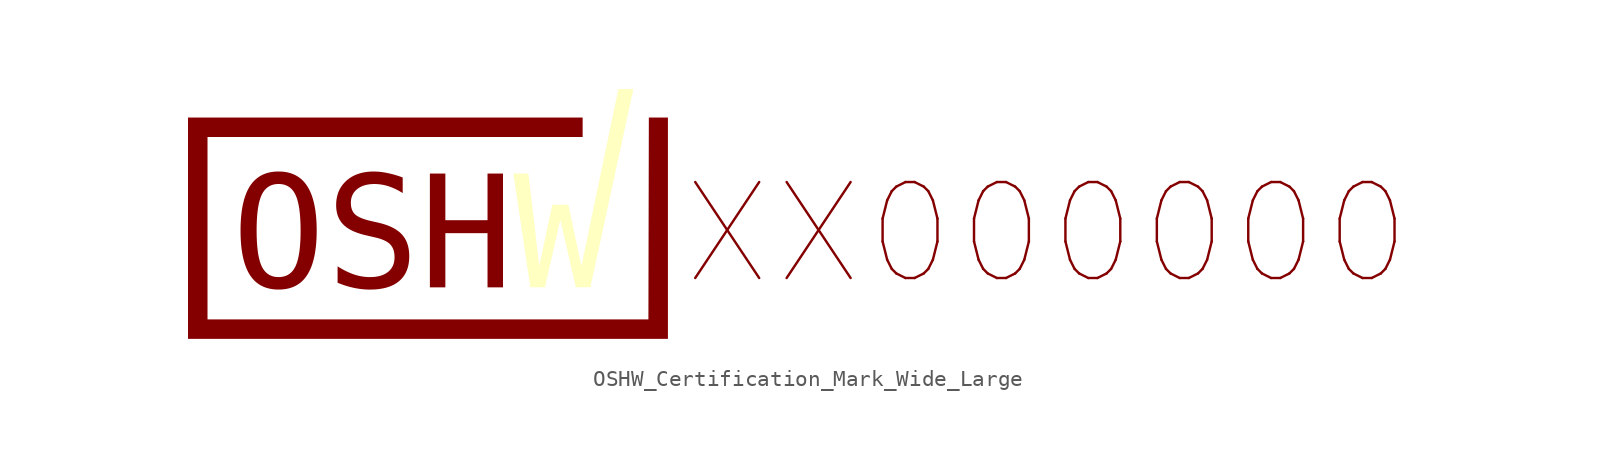
<source format=kicad_sym>
(kicad_symbol_lib
  (version 20220914)
  (generator kicad_symbol_editor)
  (symbol "OSHW_Certification_Mark_Wide_Large"
    (property "Reference" "LOGO"
      (at 0 0 0)
      (effects (font (size 1.27 1.27)) hide))
    (symbol "OSHW_Certification_Mark_Wide_Large_0_1"
      (polyline (pts (xy -6.956 -1.072) (xy -6.956 -1.072) (xy -6.956 -1.072)) (stroke (width -0.0001) (type default)) (fill (type background)))
      (polyline (pts (xy -1.579 2.248) (xy -1.579 2.248) (xy -1.579 2.248)) (stroke (width -0.0001) (type default)) (fill (type background)))
      (polyline (pts (xy 10.152 -4.622) (xy 9.242 -4.622) (xy 8.274 -0.396) (xy 7.312 -4.622) (xy 6.402 -4.622) (xy 5.339 2.492) (xy 6.278 2.492) (xy 6.959 -3.283) (xy 7.769 0.538) (xy 8.775 0.538) (xy 9.594 -3.293) (xy 11.902 7.778) (xy 12.841 7.778)) (stroke (width -0.0001) (type default)) (fill (type background))))
    (symbol "OSHW_Certification_Mark_Wide_Large_1_1"
      (polyline (pts (xy 15 -7.843) (xy -15 -7.843) (xy -15 5.995) (xy -15 5.995) (xy 9.669 5.995) (xy 9.669 4.775) (xy -13.78 4.775) (xy -13.78 -6.623) (xy 13.78 -6.623) (xy 13.807 5.995) (xy 15 5.995)) (stroke (width -0.0001) (type default)) (fill (type outline)))
      (polyline (pts (xy 1.087 -0.424) (xy 3.723 -0.424) (xy 3.723 2.492) (xy 4.69 2.492) (xy 4.69 -4.622) (xy 3.723 -4.622) (xy 3.723 -1.234) (xy 1.087 -1.234) (xy 1.087 -4.622) (xy 0.12 -4.622) (xy 0.12 2.492) (xy 1.087 2.492)) (stroke (width -0.0001) (type default)) (fill (type outline)))
      (polyline (pts (xy -9.19 2.617) (xy -9.047 2.607) (xy -8.908 2.589) (xy -8.774 2.564) (xy -8.645 2.531) (xy -8.521 2.492) (xy -8.402 2.446) (xy -8.288 2.392) (xy -8.178 2.331) (xy -8.073 2.263) (xy -7.973 2.188) (xy -7.878 2.106) (xy -7.788 2.017) (xy -7.703 1.92) (xy -7.622 1.817) (xy -7.547 1.706) (xy -7.475 1.588) (xy -7.408 1.462) (xy -7.346 1.329) (xy -7.288 1.189) (xy -7.235 1.042) (xy -7.187 0.886) (xy -7.143 0.724) (xy -7.104 0.554) (xy -7.069 0.377) (xy -7.039 0.192) (xy -7.014 -0.0003) (xy -6.993 -0.2) (xy -6.977 -0.407) (xy -6.965 -0.621) (xy -6.958 -0.843) (xy -6.956 -1.072) (xy -6.958 -1.301) (xy -6.965 -1.522) (xy -6.977 -1.736) (xy -6.993 -1.942) (xy -7.014 -2.141) (xy -7.039 -2.333) (xy -7.069 -2.518) (xy -7.104 -2.695) (xy -7.143 -2.864) (xy -7.187 -3.026) (xy -7.235 -3.181) (xy -7.288 -3.329) (xy -7.346 -3.469) (xy -7.408 -3.602) (xy -7.475 -3.727) (xy -7.547 -3.845) (xy -7.584 -3.902) (xy -7.622 -3.956) (xy -7.662 -4.009) (xy -7.703 -4.06) (xy -7.745 -4.109) (xy -7.788 -4.156) (xy -7.833 -4.202) (xy -7.878 -4.246) (xy -7.925 -4.288) (xy -7.973 -4.328) (xy -8.023 -4.366) (xy -8.073 -4.403) (xy -8.125 -4.438) (xy -8.178 -4.471) (xy -8.232 -4.502) (xy -8.288 -4.532) (xy -8.344 -4.559) (xy -8.402 -4.585) (xy -8.461 -4.609) (xy -8.521 -4.632) (xy -8.583 -4.652) (xy -8.645 -4.671) (xy -8.709 -4.688) (xy -8.774 -4.703) (xy -8.841 -4.716) (xy -8.908 -4.728) (xy -9.047 -4.746) (xy -9.19 -4.757) (xy -9.338 -4.76) (xy -9.487 -4.757) (xy -9.63 -4.746) (xy -9.769 -4.728) (xy -9.902 -4.703) (xy -10.031 -4.671) (xy -10.155 -4.632) (xy -10.275 -4.586) (xy -10.389 -4.533) (xy -10.499 -4.472) (xy -10.603 -4.405) (xy -10.703 -4.33) (xy -10.798 -4.248) (xy -10.889 -4.159) (xy -10.974 -4.063) (xy -11.054 -3.96) (xy -11.13 -3.85) (xy -11.201 -3.733) (xy -11.267 -3.608) (xy -11.329 -3.475) (xy -11.386 -3.335) (xy -11.439 -3.188) (xy -11.487 -3.033) (xy -11.531 -2.87) (xy -11.57 -2.7) (xy -11.604 -2.523) (xy -11.634 -2.338) (xy -11.659 -2.146) (xy -11.68 -1.946) (xy -11.695 -1.739) (xy -11.707 -1.524) (xy -11.714 -1.302) (xy -11.716 -1.072) (xy -10.711 -1.072) (xy -10.706 -1.449) (xy -10.691 -1.798) (xy -10.666 -2.119) (xy -10.631 -2.412) (xy -10.61 -2.549) (xy -10.586 -2.678) (xy -10.56 -2.8) (xy -10.531 -2.915) (xy -10.5 -3.024) (xy -10.466 -3.125) (xy -10.43 -3.219) (xy -10.392 -3.307) (xy -10.349 -3.388) (xy -10.327 -3.427) (xy -10.304 -3.464) (xy -10.28 -3.5) (xy -10.256 -3.535) (xy -10.23 -3.569) (xy -10.204 -3.601) (xy -10.177 -3.632) (xy -10.149 -3.661) (xy -10.121 -3.689) (xy -10.091 -3.716) (xy -10.061 -3.742) (xy -10.03 -3.766) (xy -9.999 -3.789) (xy -9.966 -3.811) (xy -9.933 -3.831) (xy -9.899 -3.85) (xy -9.864 -3.868) (xy -9.828 -3.884) (xy -9.792 -3.899) (xy -9.755 -3.913) (xy -9.716 -3.926) (xy -9.678 -3.937) (xy -9.638 -3.947) (xy -9.598 -3.955) (xy -9.556 -3.962) (xy -9.514 -3.968) (xy -9.472 -3.973) (xy -9.428 -3.976) (xy -9.338 -3.979) (xy -9.248 -3.976) (xy -9.161 -3.968) (xy -9.078 -3.955) (xy -8.997 -3.937) (xy -8.92 -3.914) (xy -8.846 -3.885) (xy -8.776 -3.851) (xy -8.708 -3.812) (xy -8.644 -3.768) (xy -8.583 -3.718) (xy -8.525 -3.663) (xy -8.471 -3.603) (xy -8.42 -3.538) (xy -8.372 -3.468) (xy -8.327 -3.392) (xy -8.285 -3.312) (xy -8.246 -3.224) (xy -8.209 -3.13) (xy -8.175 -3.028) (xy -8.144 -2.92) (xy -8.114 -2.804) (xy -8.088 -2.682) (xy -8.064 -2.552) (xy -8.042 -2.416) (xy -8.023 -2.272) (xy -8.007 -2.122) (xy -7.993 -1.964) (xy -7.982 -1.8) (xy -7.973 -1.628) (xy -7.966 -1.45) (xy -7.963 -1.264) (xy -7.961 -1.072) (xy -7.966 -0.694) (xy -7.982 -0.344) (xy -8.007 -0.022) (xy -8.042 0.272) (xy -8.064 0.408) (xy -8.088 0.538) (xy -8.114 0.66) (xy -8.144 0.776) (xy -8.175 0.884) (xy -8.209 0.986) (xy -8.246 1.08) (xy -8.285 1.167) (xy -8.327 1.249) (xy -8.349 1.288) (xy -8.372 1.325) (xy -8.395 1.361) (xy -8.42 1.396) (xy -8.445 1.429) (xy -8.471 1.462) (xy -8.498 1.492) (xy -8.525 1.522) (xy -8.554 1.55) (xy -8.583 1.577) (xy -8.613 1.603) (xy -8.644 1.627) (xy -8.676 1.65) (xy -8.708 1.671) (xy -8.742 1.692) (xy -8.776 1.711) (xy -8.811 1.728) (xy -8.846 1.745) (xy -8.883 1.76) (xy -8.92 1.774) (xy -8.958 1.786) (xy -8.997 1.797) (xy -9.037 1.807) (xy -9.078 1.816) (xy -9.119 1.823) (xy -9.161 1.829) (xy -9.204 1.833) (xy -9.248 1.837) (xy -9.338 1.839) (xy -9.428 1.837) (xy -9.514 1.829) (xy -9.598 1.816) (xy -9.678 1.797) (xy -9.755 1.774) (xy -9.828 1.745) (xy -9.899 1.711) (xy -9.966 1.671) (xy -10.03 1.627) (xy -10.091 1.577) (xy -10.149 1.522) (xy -10.204 1.462) (xy -10.256 1.396) (xy -10.304 1.325) (xy -10.349 1.249) (xy -10.392 1.167) (xy -10.43 1.08) (xy -10.466 0.986) (xy -10.5 0.884) (xy -10.531 0.776) (xy -10.56 0.66) (xy -10.586 0.538) (xy -10.61 0.408) (xy -10.631 0.272) (xy -10.65 0.128) (xy -10.666 -0.022) (xy -10.68 -0.18) (xy -10.691 -0.344) (xy -10.7 -0.516) (xy -10.706 -0.694) (xy -10.71 -0.88) (xy -10.711 -1.072) (xy -11.716 -1.072) (xy -11.716 -1.072) (xy -11.714 -0.843) (xy -11.707 -0.621) (xy -11.695 -0.407) (xy -11.68 -0.2) (xy -11.659 -0.0003) (xy -11.634 0.192) (xy -11.604 0.377) (xy -11.57 0.554) (xy -11.531 0.724) (xy -11.487 0.886) (xy -11.439 1.042) (xy -11.386 1.189) (xy -11.329 1.329) (xy -11.267 1.462) (xy -11.201 1.588) (xy -11.13 1.706) (xy -11.092 1.762) (xy -11.054 1.817) (xy -11.014 1.869) (xy -10.973 1.92) (xy -10.931 1.97) (xy -10.887 2.017) (xy -10.842 2.062) (xy -10.796 2.106) (xy -10.749 2.148) (xy -10.701 2.188) (xy -10.652 2.227) (xy -10.601 2.263) (xy -10.549 2.298) (xy -10.496 2.331) (xy -10.442 2.363) (xy -10.387 2.392) (xy -10.33 2.42) (xy -10.272 2.446) (xy -10.213 2.47) (xy -10.153 2.492) (xy -10.092 2.513) (xy -10.029 2.531) (xy -9.966 2.548) (xy -9.901 2.564) (xy -9.767 2.589) (xy -9.629 2.607) (xy -9.486 2.617) (xy -9.338 2.621)) (stroke (width -0.0001) (type default)) (fill (type outline)))
      (polyline (pts (xy -3.292 2.618) (xy -3.187 2.614) (xy -3.082 2.606) (xy -2.974 2.596) (xy -2.866 2.582) (xy -2.756 2.566) (xy -2.645 2.547) (xy -2.533 2.524) (xy -2.419 2.5) (xy -2.303 2.473) (xy -2.186 2.443) (xy -2.068 2.41) (xy -1.948 2.374) (xy -1.827 2.335) (xy -1.704 2.293) (xy -1.579 2.248) (xy -1.579 1.271) (xy -1.689 1.339) (xy -1.799 1.403) (xy -1.909 1.462) (xy -2.019 1.518) (xy -2.129 1.569) (xy -2.24 1.615) (xy -2.35 1.657) (xy -2.461 1.695) (xy -2.571 1.729) (xy -2.681 1.758) (xy -2.791 1.782) (xy -2.902 1.802) (xy -3.013 1.818) (xy -3.124 1.829) (xy -3.236 1.836) (xy -3.347 1.838) (xy -3.431 1.837) (xy -3.513 1.833) (xy -3.593 1.827) (xy -3.67 1.818) (xy -3.745 1.807) (xy -3.818 1.793) (xy -3.889 1.777) (xy -3.957 1.758) (xy -4.023 1.737) (xy -4.087 1.713) (xy -4.149 1.687) (xy -4.209 1.659) (xy -4.266 1.627) (xy -4.321 1.594) (xy -4.374 1.558) (xy -4.424 1.519) (xy -4.472 1.479) (xy -4.517 1.437) (xy -4.559 1.393) (xy -4.597 1.348) (xy -4.633 1.3) (xy -4.665 1.252) (xy -4.694 1.201) (xy -4.721 1.148) (xy -4.744 1.094) (xy -4.764 1.038) (xy -4.781 0.981) (xy -4.795 0.921) (xy -4.806 0.86) (xy -4.814 0.797) (xy -4.818 0.732) (xy -4.82 0.666) (xy -4.819 0.608) (xy -4.816 0.551) (xy -4.811 0.497) (xy -4.804 0.444) (xy -4.795 0.393) (xy -4.784 0.344) (xy -4.77 0.296) (xy -4.755 0.25) (xy -4.738 0.206) (xy -4.719 0.164) (xy -4.698 0.123) (xy -4.675 0.084) (xy -4.65 0.047) (xy -4.623 0.012) (xy -4.593 -0.022) (xy -4.562 -0.054) (xy -4.528 -0.084) (xy -4.49 -0.114) (xy -4.448 -0.144) (xy -4.403 -0.172) (xy -4.355 -0.201) (xy -4.303 -0.228) (xy -4.247 -0.255) (xy -4.188 -0.281) (xy -4.126 -0.307) (xy -4.06 -0.332) (xy -3.99 -0.356) (xy -3.917 -0.38) (xy -3.841 -0.403) (xy -3.761 -0.425) (xy -3.677 -0.447) (xy -3.59 -0.468) (xy -3.085 -0.583) (xy -2.962 -0.613) (xy -2.844 -0.645) (xy -2.729 -0.679) (xy -2.619 -0.716) (xy -2.513 -0.754) (xy -2.411 -0.795) (xy -2.314 -0.838) (xy -2.22 -0.883) (xy -2.131 -0.93) (xy -2.047 -0.979) (xy -1.966 -1.03) (xy -1.89 -1.083) (xy -1.818 -1.138) (xy -1.75 -1.196) (xy -1.687 -1.255) (xy -1.627 -1.316) (xy -1.572 -1.38) (xy -1.52 -1.447) (xy -1.472 -1.517) (xy -1.427 -1.589) (xy -1.386 -1.664) (xy -1.348 -1.742) (xy -1.314 -1.823) (xy -1.284 -1.907) (xy -1.257 -1.994) (xy -1.234 -2.083) (xy -1.214 -2.175) (xy -1.198 -2.271) (xy -1.186 -2.369) (xy -1.177 -2.469) (xy -1.171 -2.573) (xy -1.17 -2.679) (xy -1.172 -2.804) (xy -1.179 -2.925) (xy -1.192 -3.043) (xy -1.209 -3.156) (xy -1.231 -3.267) (xy -1.258 -3.373) (xy -1.29 -3.475) (xy -1.327 -3.574) (xy -1.369 -3.669) (xy -1.415 -3.76) (xy -1.467 -3.847) (xy -1.524 -3.931) (xy -1.585 -4.011) (xy -1.651 -4.087) (xy -1.722 -4.159) (xy -1.799 -4.228) (xy -1.879 -4.292) (xy -1.965 -4.353) (xy -2.055 -4.409) (xy -2.149 -4.461) (xy -2.248 -4.509) (xy -2.351 -4.553) (xy -2.458 -4.593) (xy -2.571 -4.628) (xy -2.687 -4.659) (xy -2.808 -4.686) (xy -2.934 -4.709) (xy -3.064 -4.728) (xy -3.198 -4.743) (xy -3.337 -4.753) (xy -3.481 -4.759) (xy -3.628 -4.761) (xy -3.754 -4.76) (xy -3.879 -4.755) (xy -4.004 -4.746) (xy -4.13 -4.734) (xy -4.256 -4.719) (xy -4.382 -4.7) (xy -4.508 -4.678) (xy -4.634 -4.652) (xy -4.76 -4.624) (xy -4.887 -4.593) (xy -5.013 -4.558) (xy -5.14 -4.52) (xy -5.267 -4.478) (xy -5.394 -4.433) (xy -5.521 -4.385) (xy -5.649 -4.333) (xy -5.649 -3.308) (xy -5.513 -3.392) (xy -5.379 -3.47) (xy -5.247 -3.543) (xy -5.116 -3.61) (xy -4.988 -3.67) (xy -4.862 -3.725) (xy -4.737 -3.775) (xy -4.615 -3.818) (xy -4.492 -3.856) (xy -4.369 -3.889) (xy -4.246 -3.917) (xy -4.123 -3.939) (xy -3.999 -3.957) (xy -3.876 -3.97) (xy -3.752 -3.978) (xy -3.628 -3.98) (xy -3.539 -3.979) (xy -3.451 -3.975) (xy -3.366 -3.969) (xy -3.284 -3.96) (xy -3.204 -3.948) (xy -3.127 -3.934) (xy -3.053 -3.918) (xy -2.98 -3.899) (xy -2.911 -3.877) (xy -2.844 -3.853) (xy -2.779 -3.827) (xy -2.717 -3.798) (xy -2.658 -3.766) (xy -2.601 -3.732) (xy -2.546 -3.695) (xy -2.494 -3.656) (xy -2.445 -3.614) (xy -2.399 -3.57) (xy -2.357 -3.524) (xy -2.317 -3.475) (xy -2.281 -3.425) (xy -2.248 -3.373) (xy -2.217 -3.319) (xy -2.191 -3.263) (xy -2.167 -3.205) (xy -2.146 -3.144) (xy -2.129 -3.082) (xy -2.115 -3.018) (xy -2.104 -2.952) (xy -2.096 -2.884) (xy -2.091 -2.813) (xy -2.089 -2.741) (xy -2.091 -2.675) (xy -2.094 -2.612) (xy -2.099 -2.55) (xy -2.107 -2.49) (xy -2.117 -2.432) (xy -2.129 -2.376) (xy -2.143 -2.322) (xy -2.16 -2.271) (xy -2.178 -2.221) (xy -2.199 -2.173) (xy -2.222 -2.127) (xy -2.248 -2.083) (xy -2.275 -2.041) (xy -2.305 -2.001) (xy -2.336 -1.962) (xy -2.37 -1.926) (xy -2.407 -1.892) (xy -2.446 -1.858) (xy -2.489 -1.825) (xy -2.535 -1.794) (xy -2.584 -1.763) (xy -2.636 -1.734) (xy -2.692 -1.705) (xy -2.751 -1.677) (xy -2.813 -1.651) (xy -2.878 -1.625) (xy -2.946 -1.601) (xy -3.018 -1.577) (xy -3.093 -1.554) (xy -3.171 -1.533) (xy -3.253 -1.512) (xy -3.338 -1.493) (xy -3.852 -1.373) (xy -3.974 -1.345) (xy -4.092 -1.314) (xy -4.205 -1.282) (xy -4.314 -1.247) (xy -4.419 -1.211) (xy -4.519 -1.173) (xy -4.616 -1.134) (xy -4.708 -1.092) (xy -4.795 -1.049) (xy -4.879 -1.004) (xy -4.958 -0.958) (xy -5.034 -0.909) (xy -5.104 -0.859) (xy -5.171 -0.806) (xy -5.233 -0.753) (xy -5.291 -0.697) (xy -5.346 -0.639) (xy -5.396 -0.579) (xy -5.444 -0.516) (xy -5.487 -0.451) (xy -5.528 -0.384) (xy -5.564 -0.314) (xy -5.598 -0.241) (xy -5.627 -0.167) (xy -5.654 -0.09) (xy -5.676 -0.01) (xy -5.696 0.072) (xy -5.711 0.156) (xy -5.724 0.243) (xy -5.732 0.332) (xy -5.738 0.424) (xy -5.739 0.518) (xy -5.737 0.636) (xy -5.729 0.75) (xy -5.717 0.862) (xy -5.699 0.971) (xy -5.677 1.077) (xy -5.65 1.179) (xy -5.617 1.279) (xy -5.58 1.376) (xy -5.537 1.47) (xy -5.49 1.56) (xy -5.438 1.648) (xy -5.38 1.733) (xy -5.318 1.815) (xy -5.25 1.894) (xy -5.178 1.97) (xy -5.101 2.043) (xy -5.019 2.113) (xy -4.933 2.178) (xy -4.845 2.239) (xy -4.753 2.295) (xy -4.658 2.347) (xy -4.559 2.394) (xy -4.458 2.437) (xy -4.353 2.475) (xy -4.244 2.509) (xy -4.133 2.538) (xy -4.018 2.563) (xy -3.9 2.583) (xy -3.779 2.599) (xy -3.654 2.611) (xy -3.526 2.617) (xy -3.395 2.619)) (stroke (width -0.0001) (type default)) (fill (type outline)))
      (text "XX000000" (at 15.748 -1.27 0) (effects (font (size 6 6)) (justify left))))))
</source>
